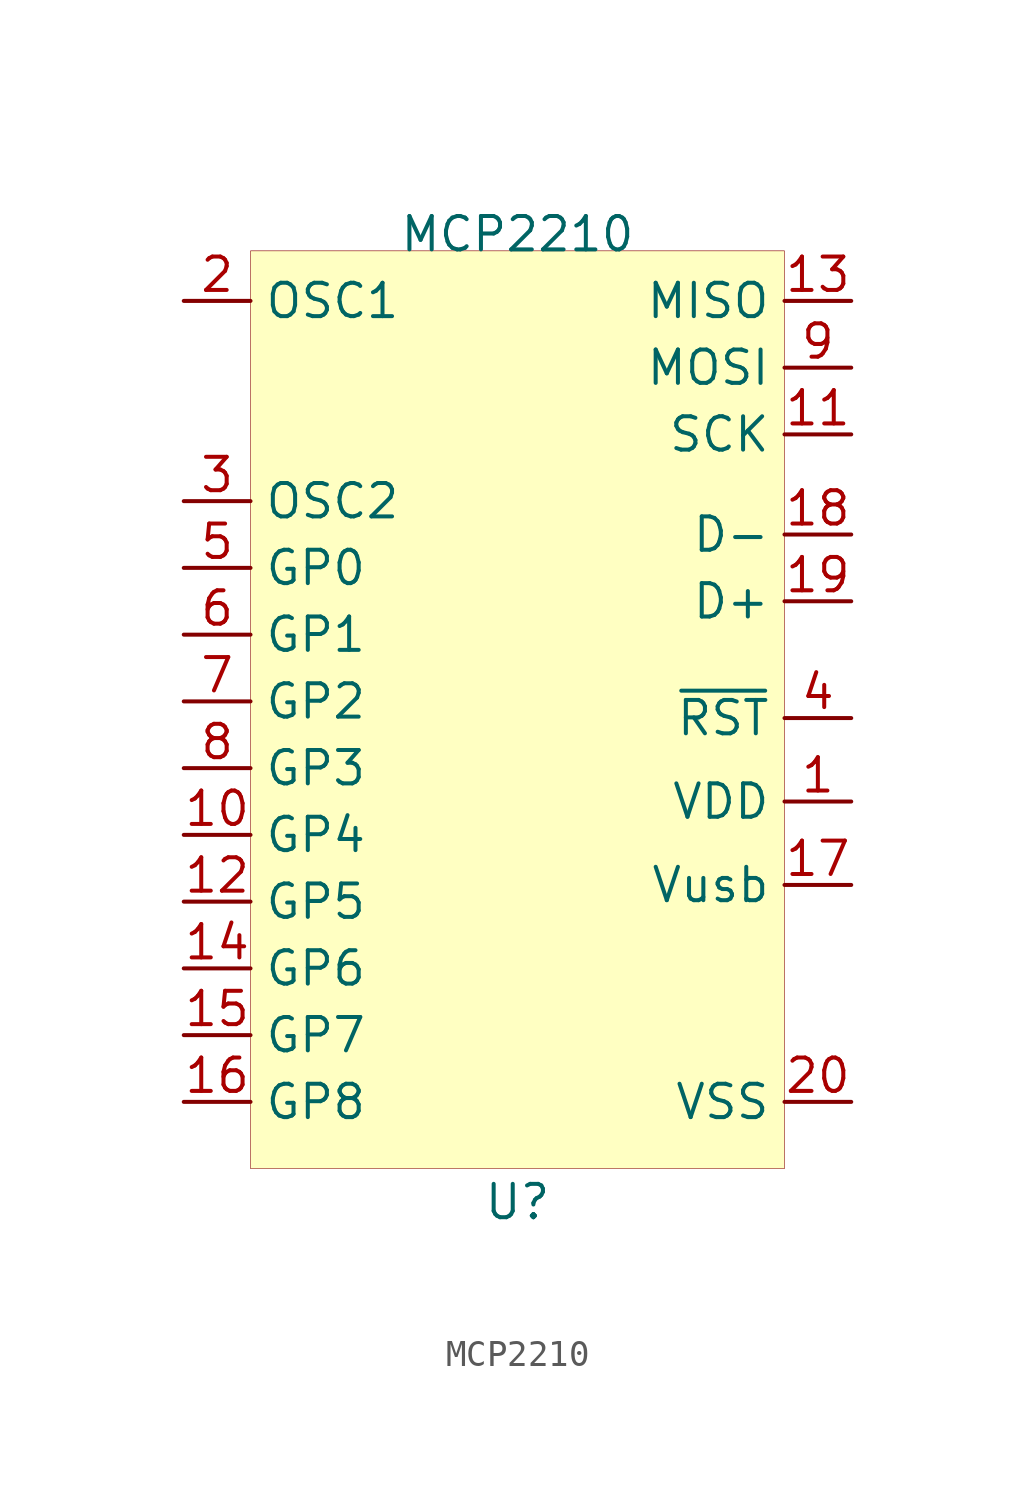
<source format=kicad_sym>
(kicad_symbol_lib
  (version 20201005)
  (generator kicad_symbol_editor)
  (symbol "dodo-interface:MCP2210"
    (property "Reference" "U"
      (at 0 -17.78 0)
      (effects (font (size 1.27 1.27))))
    (property "Value" "MCP2210"
      (at 0 19.05 0)
      (effects (font (size 1.27 1.27))))
    (symbol "MCP2210_0_1"
      (rectangle (start -10.16 18.415) (end 10.16 -16.51) (stroke (width 0.001)) (fill (type background))))
    (symbol "MCP2210_1_1"
      (pin power_in line (at 12.7 -2.54 180) (length 2.54) (name "VDD" (effects (font (size 1.27 1.27)))) (number "1" (effects (font (size 1.27 1.27)))))
      (pin input line (at -12.7 16.51 0) (length 2.54) (name "OSC1" (effects (font (size 1.27 1.27)))) (number "2" (effects (font (size 1.27 1.27)))))
      (pin output line (at -12.7 8.89 0) (length 2.54) (name "OSC2" (effects (font (size 1.27 1.27)))) (number "3" (effects (font (size 1.27 1.27)))))
      (pin input line (at 12.7 0.635 180) (length 2.54) (name "~RST" (effects (font (size 1.27 1.27)))) (number "4" (effects (font (size 1.27 1.27)))))
      (pin bidirectional line (at -12.7 6.35 0) (length 2.54) (name "GP0" (effects (font (size 1.27 1.27)))) (number "5" (effects (font (size 1.27 1.27)))))
      (pin bidirectional line (at -12.7 3.81 0) (length 2.54) (name "GP1" (effects (font (size 1.27 1.27)))) (number "6" (effects (font (size 1.27 1.27)))))
      (pin bidirectional line (at -12.7 1.27 0) (length 2.54) (name "GP2" (effects (font (size 1.27 1.27)))) (number "7" (effects (font (size 1.27 1.27)))))
      (pin bidirectional line (at -12.7 -1.27 0) (length 2.54) (name "GP3" (effects (font (size 1.27 1.27)))) (number "8" (effects (font (size 1.27 1.27)))))
      (pin output line (at 12.7 13.97 180) (length 2.54) (name "MOSI" (effects (font (size 1.27 1.27)))) (number "9" (effects (font (size 1.27 1.27)))))
      (pin bidirectional line (at -12.7 -3.81 0) (length 2.54) (name "GP4" (effects (font (size 1.27 1.27)))) (number "10" (effects (font (size 1.27 1.27)))))
      (pin output line (at 12.7 11.43 180) (length 2.54) (name "SCK" (effects (font (size 1.27 1.27)))) (number "11" (effects (font (size 1.27 1.27)))))
      (pin bidirectional line (at -12.7 -6.35 0) (length 2.54) (name "GP5" (effects (font (size 1.27 1.27)))) (number "12" (effects (font (size 1.27 1.27)))))
      (pin input line (at 12.7 16.51 180) (length 2.54) (name "MISO" (effects (font (size 1.27 1.27)))) (number "13" (effects (font (size 1.27 1.27)))))
      (pin bidirectional line (at -12.7 -8.89 0) (length 2.54) (name "GP6" (effects (font (size 1.27 1.27)))) (number "14" (effects (font (size 1.27 1.27)))))
      (pin bidirectional line (at -12.7 -11.43 0) (length 2.54) (name "GP7" (effects (font (size 1.27 1.27)))) (number "15" (effects (font (size 1.27 1.27)))))
      (pin bidirectional line (at -12.7 -13.97 0) (length 2.54) (name "GP8" (effects (font (size 1.27 1.27)))) (number "16" (effects (font (size 1.27 1.27)))))
      (pin power_out line (at 12.7 -5.715 180) (length 2.54) (name "Vusb" (effects (font (size 1.27 1.27)))) (number "17" (effects (font (size 1.27 1.27)))))
      (pin bidirectional line (at 12.7 7.62 180) (length 2.54) (name "D-" (effects (font (size 1.27 1.27)))) (number "18" (effects (font (size 1.27 1.27)))))
      (pin bidirectional line (at 12.7 5.08 180) (length 2.54) (name "D+" (effects (font (size 1.27 1.27)))) (number "19" (effects (font (size 1.27 1.27)))))
      (pin output line (at 12.7 -13.97 180) (length 2.54) (name "VSS" (effects (font (size 1.27 1.27)))) (number "20" (effects (font (size 1.27 1.27))))))))
</source>
